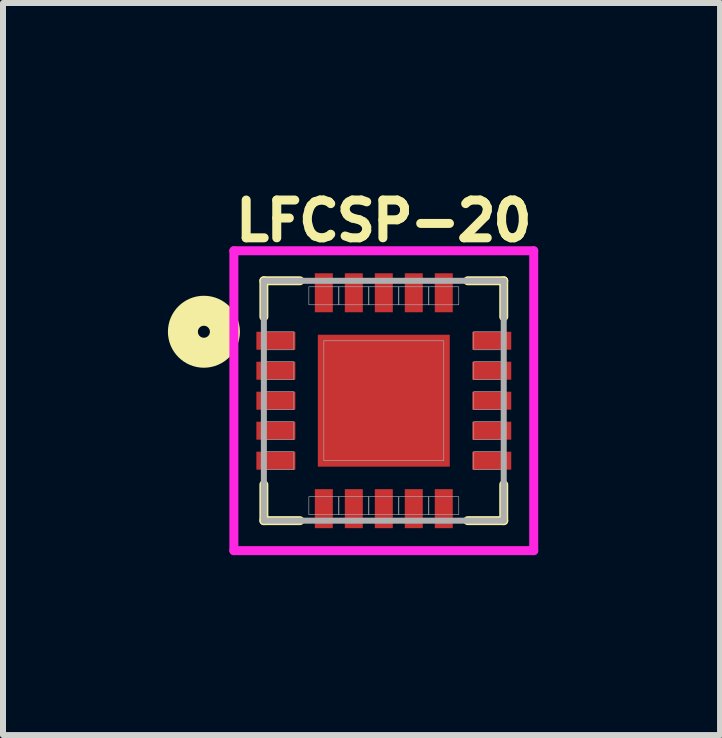
<source format=kicad_pcb>
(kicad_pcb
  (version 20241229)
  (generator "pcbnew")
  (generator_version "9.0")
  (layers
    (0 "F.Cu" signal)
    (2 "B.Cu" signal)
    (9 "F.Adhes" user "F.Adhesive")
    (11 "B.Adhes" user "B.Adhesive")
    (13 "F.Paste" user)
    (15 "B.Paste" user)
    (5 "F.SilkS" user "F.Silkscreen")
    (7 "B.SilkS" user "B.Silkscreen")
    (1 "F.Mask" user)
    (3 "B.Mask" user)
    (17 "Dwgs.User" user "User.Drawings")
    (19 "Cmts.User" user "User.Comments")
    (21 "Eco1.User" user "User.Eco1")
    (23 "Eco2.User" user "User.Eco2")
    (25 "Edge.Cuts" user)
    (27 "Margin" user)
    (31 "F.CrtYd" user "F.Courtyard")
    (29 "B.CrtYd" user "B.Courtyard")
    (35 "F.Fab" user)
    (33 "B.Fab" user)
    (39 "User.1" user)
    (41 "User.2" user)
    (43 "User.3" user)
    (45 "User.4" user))
  (footprint "LFCSP-20"
    (layer "F.Cu")
    (at 3.35 3.632)
    (property "Reference" "LFCSP-20" (at 0 -3 0) (layer "F.SilkS") (effects (font (size 0.63 0.63) (thickness 0.15))))
    (attr smd)
    (fp_line (start -2 -2) (end -2 -1.4) (stroke (width 0.15) (type solid)) (layer "F.SilkS"))
    (fp_line (start -2 -2) (end -1.4 -2) (stroke (width 0.15) (type solid)) (layer "F.SilkS"))
    (fp_line (start -2 2) (end -2 1.4) (stroke (width 0.15) (type solid)) (layer "F.SilkS"))
    (fp_line (start -2 2) (end -1.4 2) (stroke (width 0.15) (type solid)) (layer "F.SilkS"))
    (fp_line (start 2 -2) (end 1.4 -2) (stroke (width 0.15) (type solid)) (layer "F.SilkS"))
    (fp_line (start 2 -2) (end 2 -1.4) (stroke (width 0.15) (type solid)) (layer "F.SilkS"))
    (fp_line (start 2 2) (end 1.4 2) (stroke (width 0.15) (type solid)) (layer "F.SilkS"))
    (fp_line (start 2 2) (end 2 1.4) (stroke (width 0.15) (type solid)) (layer "F.SilkS"))
    (fp_circle (center -3 -1.15) (end -2.9 -1.15) (stroke (width 0.5) (type solid)) (fill no) (layer "F.SilkS"))
    (fp_line (start -2.5 -2.5) (end -2.5 2.5) (stroke (width 0.15) (type solid)) (layer "F.CrtYd"))
    (fp_line (start -2.5 2.5) (end 2.5 2.5) (stroke (width 0.15) (type solid)) (layer "F.CrtYd"))
    (fp_line (start 2.5 -2.5) (end -2.5 -2.5) (stroke (width 0.15) (type solid)) (layer "F.CrtYd"))
    (fp_line (start 2.5 2.5) (end 2.5 -2.5) (stroke (width 0.15) (type solid)) (layer "F.CrtYd"))
    (fp_line (start -2 -2) (end -2 2) (stroke (width 0.1) (type solid)) (layer "F.Fab"))
    (fp_line (start -2 2) (end 2 2) (stroke (width 0.1) (type solid)) (layer "F.Fab"))
    (fp_line (start 2 -2) (end -2 -2) (stroke (width 0.1) (type solid)) (layer "F.Fab"))
    (fp_line (start 2 2) (end 2 -2) (stroke (width 0.1) (type solid)) (layer "F.Fab"))
    (fp_poly (pts (xy -2 -1.15) (xy -1.5 -1.15) (xy -1.5 -0.85) (xy -2 -0.85)) (stroke (width 0.01) (type solid)) (fill no) (layer "F.Fab"))
    (fp_poly (pts (xy -2 -0.65) (xy -1.5 -0.65) (xy -1.5 -0.35) (xy -2 -0.35)) (stroke (width 0.01) (type solid)) (fill no) (layer "F.Fab"))
    (fp_poly (pts (xy -2 -0.15) (xy -1.5 -0.15) (xy -1.5 0.15) (xy -2 0.15)) (stroke (width 0.01) (type solid)) (fill no) (layer "F.Fab"))
    (fp_poly (pts (xy -2 0.35) (xy -1.5 0.35) (xy -1.5 0.65) (xy -2 0.65)) (stroke (width 0.01) (type solid)) (fill no) (layer "F.Fab"))
    (fp_poly (pts (xy -2 0.85) (xy -1.5 0.85) (xy -1.5 1.15) (xy -2 1.15)) (stroke (width 0.01) (type solid)) (fill no) (layer "F.Fab"))
    (fp_poly (pts (xy -1.25 -1.9) (xy -0.75 -1.9) (xy -0.75 -1.6) (xy -1.25 -1.6)) (stroke (width 0.01) (type solid)) (fill no) (layer "F.Fab"))
    (fp_poly (pts (xy -1.25 1.6) (xy -0.75 1.6) (xy -0.75 1.9) (xy -1.25 1.9)) (stroke (width 0.01) (type solid)) (fill no) (layer "F.Fab"))
    (fp_poly (pts (xy -1 -1) (xy 1 -1) (xy 1 1) (xy -1 1)) (stroke (width 0.01) (type solid)) (fill no) (layer "F.Fab"))
    (fp_poly (pts (xy -0.75 -1.9) (xy -0.25 -1.9) (xy -0.25 -1.6) (xy -0.75 -1.6)) (stroke (width 0.01) (type solid)) (fill no) (layer "F.Fab"))
    (fp_poly (pts (xy -0.75 1.6) (xy -0.25 1.6) (xy -0.25 1.9) (xy -0.75 1.9)) (stroke (width 0.01) (type solid)) (fill no) (layer "F.Fab"))
    (fp_poly (pts (xy -0.25 -1.9) (xy 0.25 -1.9) (xy 0.25 -1.6) (xy -0.25 -1.6)) (stroke (width 0.01) (type solid)) (fill no) (layer "F.Fab"))
    (fp_poly (pts (xy -0.25 1.6) (xy 0.25 1.6) (xy 0.25 1.9) (xy -0.25 1.9)) (stroke (width 0.01) (type solid)) (fill no) (layer "F.Fab"))
    (fp_poly (pts (xy 0.25 -1.9) (xy 0.75 -1.9) (xy 0.75 -1.6) (xy 0.25 -1.6)) (stroke (width 0.01) (type solid)) (fill no) (layer "F.Fab"))
    (fp_poly (pts (xy 0.25 1.6) (xy 0.75 1.6) (xy 0.75 1.9) (xy 0.25 1.9)) (stroke (width 0.01) (type solid)) (fill no) (layer "F.Fab"))
    (fp_poly (pts (xy 0.75 -1.9) (xy 1.25 -1.9) (xy 1.25 -1.6) (xy 0.75 -1.6)) (stroke (width 0.01) (type solid)) (fill no) (layer "F.Fab"))
    (fp_poly (pts (xy 0.75 1.6) (xy 1.25 1.6) (xy 1.25 1.9) (xy 0.75 1.9)) (stroke (width 0.01) (type solid)) (fill no) (layer "F.Fab"))
    (fp_poly (pts (xy 1.5 -1.15) (xy 2 -1.15) (xy 2 -0.85) (xy 1.5 -0.85)) (stroke (width 0.01) (type solid)) (fill no) (layer "F.Fab"))
    (fp_poly (pts (xy 1.5 -0.65) (xy 2 -0.65) (xy 2 -0.35) (xy 1.5 -0.35)) (stroke (width 0.01) (type solid)) (fill no) (layer "F.Fab"))
    (fp_poly (pts (xy 1.5 -0.15) (xy 2 -0.15) (xy 2 0.15) (xy 1.5 0.15)) (stroke (width 0.01) (type solid)) (fill no) (layer "F.Fab"))
    (fp_poly (pts (xy 1.5 0.35) (xy 2 0.35) (xy 2 0.65) (xy 1.5 0.65)) (stroke (width 0.01) (type solid)) (fill no) (layer "F.Fab"))
    (fp_poly (pts (xy 1.5 0.85) (xy 2 0.85) (xy 2 1.15) (xy 1.5 1.15)) (stroke (width 0.01) (type solid)) (fill no) (layer "F.Fab"))
    (pad "1" smd rect (at -1.8 -1) (size 0.65 0.3) (layers "F.Cu" "F.Mask" "F.Paste"))
    (pad "2" smd rect (at -1.8 -0.5) (size 0.65 0.3) (layers "F.Cu" "F.Mask" "F.Paste"))
    (pad "3" smd rect (at -1.8 0) (size 0.65 0.3) (layers "F.Cu" "F.Mask" "F.Paste"))
    (pad "4" smd rect (at -1.8 0.5) (size 0.65 0.3) (layers "F.Cu" "F.Mask" "F.Paste"))
    (pad "5" smd rect (at -1.8 1) (size 0.65 0.3) (layers "F.Cu" "F.Mask" "F.Paste"))
    (pad "6" smd rect (at -1 1.8) (size 0.3 0.65) (layers "F.Cu" "F.Mask" "F.Paste"))
    (pad "7" smd rect (at -0.5 1.8) (size 0.3 0.65) (layers "F.Cu" "F.Mask" "F.Paste"))
    (pad "8" smd rect (at 0 1.8) (size 0.3 0.65) (layers "F.Cu" "F.Mask" "F.Paste"))
    (pad "9" smd rect (at 0.5 1.8) (size 0.3 0.65) (layers "F.Cu" "F.Mask" "F.Paste"))
    (pad "10" smd rect (at 1 1.8) (size 0.3 0.65) (layers "F.Cu" "F.Mask" "F.Paste"))
    (pad "11" smd rect (at 1.8 1) (size 0.65 0.3) (layers "F.Cu" "F.Mask" "F.Paste"))
    (pad "12" smd rect (at 1.8 0.5) (size 0.65 0.3) (layers "F.Cu" "F.Mask" "F.Paste"))
    (pad "13" smd rect (at 1.8 0) (size 0.65 0.3) (layers "F.Cu" "F.Mask" "F.Paste"))
    (pad "14" smd rect (at 1.8 -0.5) (size 0.65 0.3) (layers "F.Cu" "F.Mask" "F.Paste"))
    (pad "15" smd rect (at 1.8 -1) (size 0.65 0.3) (layers "F.Cu" "F.Mask" "F.Paste"))
    (pad "16" smd rect (at 1 -1.8) (size 0.3 0.65) (layers "F.Cu" "F.Mask" "F.Paste"))
    (pad "17" smd rect (at 0.5 -1.8) (size 0.3 0.65) (layers "F.Cu" "F.Mask" "F.Paste"))
    (pad "18" smd rect (at 0 -1.8) (size 0.3 0.65) (layers "F.Cu" "F.Mask" "F.Paste"))
    (pad "19" smd rect (at -0.5 -1.8) (size 0.3 0.65) (layers "F.Cu" "F.Mask" "F.Paste"))
    (pad "20" smd rect (at -1 -1.8) (size 0.3 0.65) (layers "F.Cu" "F.Mask" "F.Paste"))
    (pad "PAD" smd rect (at 0 0) (size 2.2 2.2) (layers "F.Cu" "F.Mask" "F.Paste")))
  (gr_rect
    (start -3 -3)
    (end 8.957 9.207)
    (stroke (width 0.1) (type default))
    (fill no)
    (layer "Edge.Cuts")))
</source>
